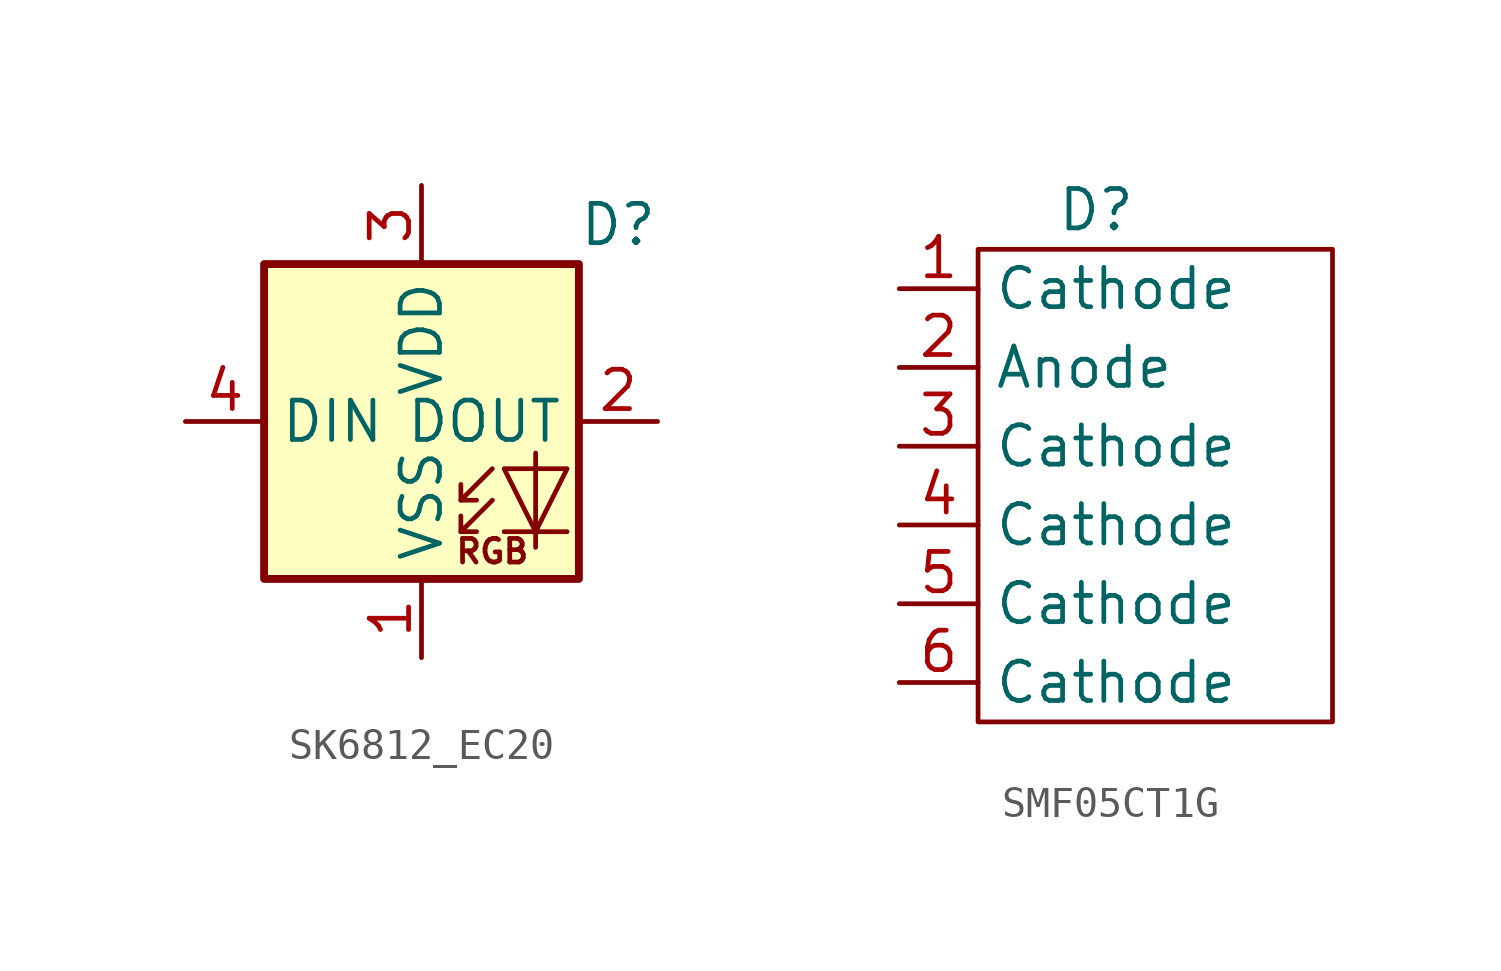
<source format=kicad_sym>
(kicad_symbol_lib
  (version 20220914)
  (generator kicad_symbol_editor)
  (symbol "SK6812_EC20"
    (property "Reference" "D"
      (at 6.35 6.35 0)
      (effects (font (size 1.27 1.27))))
    (property "Value" ""
      (at 0 0 0)
      (effects (font (size 1.27 1.27))))
    (symbol "SK6812_EC20_0_0"
      (text "RGB" (at 2.286 -4.191 0) (effects (font (size 0.762 0.762)))))
    (symbol "SK6812_EC20_0_1"
      (polyline (pts (xy 1.27 -3.556) (xy 1.778 -3.556)) (stroke (width 0) (type default)) (fill (type none)))
      (polyline (pts (xy 1.27 -2.54) (xy 1.778 -2.54)) (stroke (width 0) (type default)) (fill (type none)))
      (polyline (pts (xy 4.699 -3.556) (xy 2.667 -3.556)) (stroke (width 0) (type default)) (fill (type none)))
      (polyline (pts (xy 2.286 -2.54) (xy 1.27 -3.556) (xy 1.27 -3.048)) (stroke (width 0) (type default)) (fill (type none)))
      (polyline (pts (xy 2.286 -1.524) (xy 1.27 -2.54) (xy 1.27 -2.032)) (stroke (width 0) (type default)) (fill (type none)))
      (polyline (pts (xy 3.683 -1.016) (xy 3.683 -3.556) (xy 3.683 -4.064)) (stroke (width 0) (type default)) (fill (type none)))
      (polyline (pts (xy 4.699 -1.524) (xy 2.667 -1.524) (xy 3.683 -3.556) (xy 4.699 -1.524)) (stroke (width 0) (type default)) (fill (type none)))
      (rectangle (start 5.08 5.08) (end -5.08 -5.08) (stroke (width 0.254) (type default)) (fill (type background))))
    (symbol "SK6812_EC20_1_1"
      (pin power_in line (at 0 -7.62 90) (length 2.54) (name "VSS" (effects (font (size 1.27 1.27)))) (number "1" (effects (font (size 1.27 1.27)))))
      (pin output line (at 7.62 0 180) (length 2.54) (name "DOUT" (effects (font (size 1.27 1.27)))) (number "2" (effects (font (size 1.27 1.27)))))
      (pin power_in line (at 0 7.62 270) (length 2.54) (name "VDD" (effects (font (size 1.27 1.27)))) (number "3" (effects (font (size 1.27 1.27)))))
      (pin input line (at -7.62 0 0) (length 2.54) (name "DIN" (effects (font (size 1.27 1.27)))) (number "4" (effects (font (size 1.27 1.27)))))))
  (symbol "SMF05CT1G"
    (property "Reference" "D"
      (at 0 5.08 0)
      (effects (font (size 1.27 1.27))))
    (property "Value" ""
      (at 0 0 0)
      (effects (font (size 1.27 1.27))))
    (symbol "SMF05CT1G_0_1"
      (rectangle (start -3.81 3.81) (end 7.62 -11.43) (stroke (width 0) (type default)) (fill (type none))))
    (symbol "SMF05CT1G_1_1"
      (pin bidirectional line (at -6.35 2.54 0) (length 2.54) (name "Cathode" (effects (font (size 1.27 1.27)))) (number "1" (effects (font (size 1.27 1.27)))))
      (pin bidirectional line (at -6.35 0 0) (length 2.54) (name "Anode" (effects (font (size 1.27 1.27)))) (number "2" (effects (font (size 1.27 1.27)))))
      (pin bidirectional line (at -6.35 -2.54 0) (length 2.54) (name "Cathode" (effects (font (size 1.27 1.27)))) (number "3" (effects (font (size 1.27 1.27)))))
      (pin bidirectional line (at -6.35 -5.08 0) (length 2.54) (name "Cathode" (effects (font (size 1.27 1.27)))) (number "4" (effects (font (size 1.27 1.27)))))
      (pin bidirectional line (at -6.35 -7.62 0) (length 2.54) (name "Cathode" (effects (font (size 1.27 1.27)))) (number "5" (effects (font (size 1.27 1.27)))))
      (pin bidirectional line (at -6.35 -10.16 0) (length 2.54) (name "Cathode" (effects (font (size 1.27 1.27)))) (number "6" (effects (font (size 1.27 1.27))))))))
</source>
